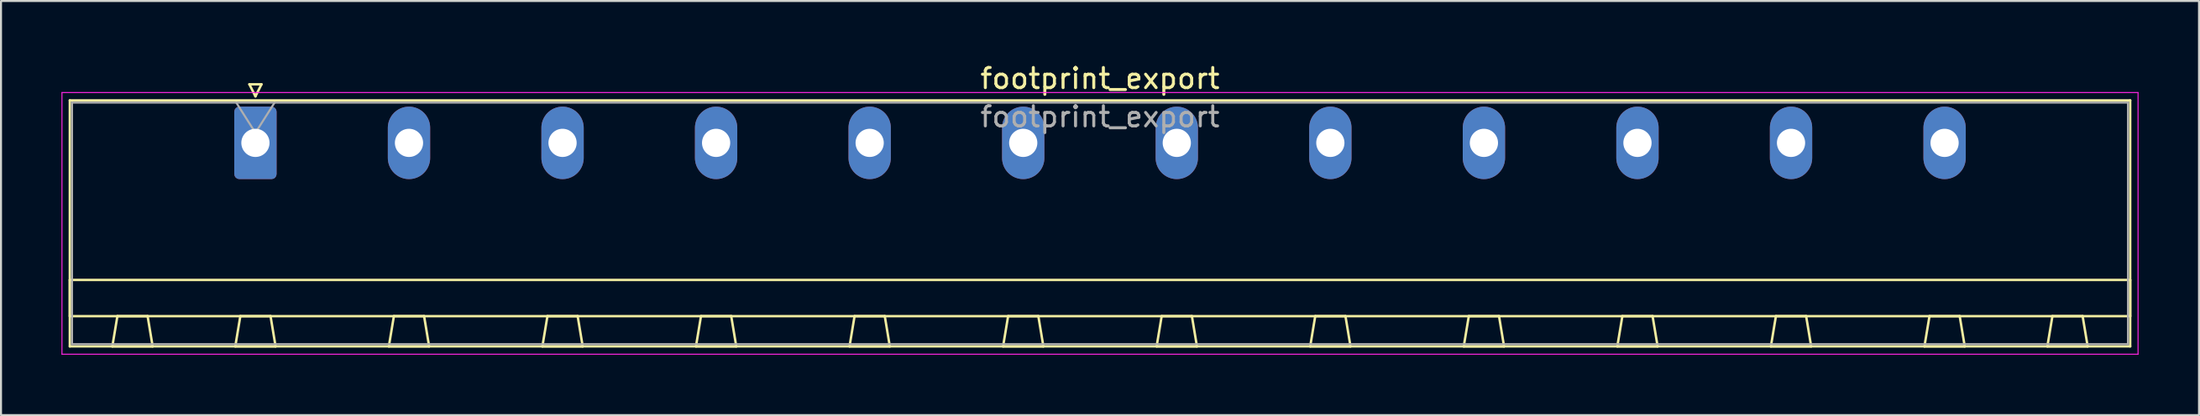
<source format=kicad_pcb>
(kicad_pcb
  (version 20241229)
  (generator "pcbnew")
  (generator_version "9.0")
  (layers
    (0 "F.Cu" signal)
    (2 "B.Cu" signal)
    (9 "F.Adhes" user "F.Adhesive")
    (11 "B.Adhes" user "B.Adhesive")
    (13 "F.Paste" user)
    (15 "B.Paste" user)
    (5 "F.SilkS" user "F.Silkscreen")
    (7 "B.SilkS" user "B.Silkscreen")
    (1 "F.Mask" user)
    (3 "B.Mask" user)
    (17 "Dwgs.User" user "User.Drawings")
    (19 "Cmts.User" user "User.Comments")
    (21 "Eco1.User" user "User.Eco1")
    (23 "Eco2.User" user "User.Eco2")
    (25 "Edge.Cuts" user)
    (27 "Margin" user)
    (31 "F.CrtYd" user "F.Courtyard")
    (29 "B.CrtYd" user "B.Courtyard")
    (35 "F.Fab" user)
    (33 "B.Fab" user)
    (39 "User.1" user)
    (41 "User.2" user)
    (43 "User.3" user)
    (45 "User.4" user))
  (footprint "footprint_export"
    (layer "F.Cu")
    (at 9.625 4.048)
    (property "Reference" "footprint_export" (at 41.91 -3.2 0) (layer "F.SilkS") (effects (font (size 1 1) (thickness 0.15))))
    (attr through_hole)
    (fp_line (start -9.21 -2.11) (end -9.21 10.11) (stroke (width 0.12) (type solid)) (layer "F.SilkS"))
    (fp_line (start -9.21 6.81) (end 93.03 6.81) (stroke (width 0.12) (type solid)) (layer "F.SilkS"))
    (fp_line (start -9.21 8.61) (end -9.21 6.81) (stroke (width 0.12) (type solid)) (layer "F.SilkS"))
    (fp_line (start -9.21 10.11) (end 93.03 10.11) (stroke (width 0.12) (type solid)) (layer "F.SilkS"))
    (fp_line (start -7.1 10.11) (end -5.1 10.11) (stroke (width 0.12) (type solid)) (layer "F.SilkS"))
    (fp_line (start -6.85 8.61) (end -7.1 10.11) (stroke (width 0.12) (type solid)) (layer "F.SilkS"))
    (fp_line (start -5.35 8.61) (end -6.85 8.61) (stroke (width 0.12) (type solid)) (layer "F.SilkS"))
    (fp_line (start -5.1 10.11) (end -5.35 8.61) (stroke (width 0.12) (type solid)) (layer "F.SilkS"))
    (fp_line (start -1 10.11) (end 1 10.11) (stroke (width 0.12) (type solid)) (layer "F.SilkS"))
    (fp_line (start -0.75 8.61) (end -1 10.11) (stroke (width 0.12) (type solid)) (layer "F.SilkS"))
    (fp_line (start -0.3 -2.91) (end 0.3 -2.91) (stroke (width 0.12) (type solid)) (layer "F.SilkS"))
    (fp_line (start 0 -2.31) (end -0.3 -2.91) (stroke (width 0.12) (type solid)) (layer "F.SilkS"))
    (fp_line (start 0.3 -2.91) (end 0 -2.31) (stroke (width 0.12) (type solid)) (layer "F.SilkS"))
    (fp_line (start 0.75 8.61) (end -0.75 8.61) (stroke (width 0.12) (type solid)) (layer "F.SilkS"))
    (fp_line (start 1 10.11) (end 0.75 8.61) (stroke (width 0.12) (type solid)) (layer "F.SilkS"))
    (fp_line (start 6.62 10.11) (end 8.62 10.11) (stroke (width 0.12) (type solid)) (layer "F.SilkS"))
    (fp_line (start 6.87 8.61) (end 6.62 10.11) (stroke (width 0.12) (type solid)) (layer "F.SilkS"))
    (fp_line (start 8.37 8.61) (end 6.87 8.61) (stroke (width 0.12) (type solid)) (layer "F.SilkS"))
    (fp_line (start 8.62 10.11) (end 8.37 8.61) (stroke (width 0.12) (type solid)) (layer "F.SilkS"))
    (fp_line (start 14.24 10.11) (end 16.24 10.11) (stroke (width 0.12) (type solid)) (layer "F.SilkS"))
    (fp_line (start 14.49 8.61) (end 14.24 10.11) (stroke (width 0.12) (type solid)) (layer "F.SilkS"))
    (fp_line (start 15.99 8.61) (end 14.49 8.61) (stroke (width 0.12) (type solid)) (layer "F.SilkS"))
    (fp_line (start 16.24 10.11) (end 15.99 8.61) (stroke (width 0.12) (type solid)) (layer "F.SilkS"))
    (fp_line (start 21.86 10.11) (end 23.86 10.11) (stroke (width 0.12) (type solid)) (layer "F.SilkS"))
    (fp_line (start 22.11 8.61) (end 21.86 10.11) (stroke (width 0.12) (type solid)) (layer "F.SilkS"))
    (fp_line (start 23.61 8.61) (end 22.11 8.61) (stroke (width 0.12) (type solid)) (layer "F.SilkS"))
    (fp_line (start 23.86 10.11) (end 23.61 8.61) (stroke (width 0.12) (type solid)) (layer "F.SilkS"))
    (fp_line (start 29.48 10.11) (end 31.48 10.11) (stroke (width 0.12) (type solid)) (layer "F.SilkS"))
    (fp_line (start 29.73 8.61) (end 29.48 10.11) (stroke (width 0.12) (type solid)) (layer "F.SilkS"))
    (fp_line (start 31.23 8.61) (end 29.73 8.61) (stroke (width 0.12) (type solid)) (layer "F.SilkS"))
    (fp_line (start 31.48 10.11) (end 31.23 8.61) (stroke (width 0.12) (type solid)) (layer "F.SilkS"))
    (fp_line (start 37.1 10.11) (end 39.1 10.11) (stroke (width 0.12) (type solid)) (layer "F.SilkS"))
    (fp_line (start 37.35 8.61) (end 37.1 10.11) (stroke (width 0.12) (type solid)) (layer "F.SilkS"))
    (fp_line (start 38.85 8.61) (end 37.35 8.61) (stroke (width 0.12) (type solid)) (layer "F.SilkS"))
    (fp_line (start 39.1 10.11) (end 38.85 8.61) (stroke (width 0.12) (type solid)) (layer "F.SilkS"))
    (fp_line (start 44.72 10.11) (end 46.72 10.11) (stroke (width 0.12) (type solid)) (layer "F.SilkS"))
    (fp_line (start 44.97 8.61) (end 44.72 10.11) (stroke (width 0.12) (type solid)) (layer "F.SilkS"))
    (fp_line (start 46.47 8.61) (end 44.97 8.61) (stroke (width 0.12) (type solid)) (layer "F.SilkS"))
    (fp_line (start 46.72 10.11) (end 46.47 8.61) (stroke (width 0.12) (type solid)) (layer "F.SilkS"))
    (fp_line (start 52.34 10.11) (end 54.34 10.11) (stroke (width 0.12) (type solid)) (layer "F.SilkS"))
    (fp_line (start 52.59 8.61) (end 52.34 10.11) (stroke (width 0.12) (type solid)) (layer "F.SilkS"))
    (fp_line (start 54.09 8.61) (end 52.59 8.61) (stroke (width 0.12) (type solid)) (layer "F.SilkS"))
    (fp_line (start 54.34 10.11) (end 54.09 8.61) (stroke (width 0.12) (type solid)) (layer "F.SilkS"))
    (fp_line (start 59.96 10.11) (end 61.96 10.11) (stroke (width 0.12) (type solid)) (layer "F.SilkS"))
    (fp_line (start 60.21 8.61) (end 59.96 10.11) (stroke (width 0.12) (type solid)) (layer "F.SilkS"))
    (fp_line (start 61.71 8.61) (end 60.21 8.61) (stroke (width 0.12) (type solid)) (layer "F.SilkS"))
    (fp_line (start 61.96 10.11) (end 61.71 8.61) (stroke (width 0.12) (type solid)) (layer "F.SilkS"))
    (fp_line (start 67.58 10.11) (end 69.58 10.11) (stroke (width 0.12) (type solid)) (layer "F.SilkS"))
    (fp_line (start 67.83 8.61) (end 67.58 10.11) (stroke (width 0.12) (type solid)) (layer "F.SilkS"))
    (fp_line (start 69.33 8.61) (end 67.83 8.61) (stroke (width 0.12) (type solid)) (layer "F.SilkS"))
    (fp_line (start 69.58 10.11) (end 69.33 8.61) (stroke (width 0.12) (type solid)) (layer "F.SilkS"))
    (fp_line (start 75.2 10.11) (end 77.2 10.11) (stroke (width 0.12) (type solid)) (layer "F.SilkS"))
    (fp_line (start 75.45 8.61) (end 75.2 10.11) (stroke (width 0.12) (type solid)) (layer "F.SilkS"))
    (fp_line (start 76.95 8.61) (end 75.45 8.61) (stroke (width 0.12) (type solid)) (layer "F.SilkS"))
    (fp_line (start 77.2 10.11) (end 76.95 8.61) (stroke (width 0.12) (type solid)) (layer "F.SilkS"))
    (fp_line (start 82.82 10.11) (end 84.82 10.11) (stroke (width 0.12) (type solid)) (layer "F.SilkS"))
    (fp_line (start 83.07 8.61) (end 82.82 10.11) (stroke (width 0.12) (type solid)) (layer "F.SilkS"))
    (fp_line (start 84.57 8.61) (end 83.07 8.61) (stroke (width 0.12) (type solid)) (layer "F.SilkS"))
    (fp_line (start 84.82 10.11) (end 84.57 8.61) (stroke (width 0.12) (type solid)) (layer "F.SilkS"))
    (fp_line (start 88.92 10.11) (end 90.92 10.11) (stroke (width 0.12) (type solid)) (layer "F.SilkS"))
    (fp_line (start 89.17 8.61) (end 88.92 10.11) (stroke (width 0.12) (type solid)) (layer "F.SilkS"))
    (fp_line (start 90.67 8.61) (end 89.17 8.61) (stroke (width 0.12) (type solid)) (layer "F.SilkS"))
    (fp_line (start 90.92 10.11) (end 90.67 8.61) (stroke (width 0.12) (type solid)) (layer "F.SilkS"))
    (fp_line (start 93.03 -2.11) (end -9.21 -2.11) (stroke (width 0.12) (type solid)) (layer "F.SilkS"))
    (fp_line (start 93.03 6.81) (end 93.03 8.61) (stroke (width 0.12) (type solid)) (layer "F.SilkS"))
    (fp_line (start 93.03 8.61) (end -9.21 8.61) (stroke (width 0.12) (type solid)) (layer "F.SilkS"))
    (fp_line (start 93.03 10.11) (end 93.03 -2.11) (stroke (width 0.12) (type solid)) (layer "F.SilkS"))
    (fp_line (start -9.6 -2.5) (end -9.6 10.5) (stroke (width 0.05) (type solid)) (layer "F.CrtYd"))
    (fp_line (start -9.6 10.5) (end 93.42 10.5) (stroke (width 0.05) (type solid)) (layer "F.CrtYd"))
    (fp_line (start 93.42 -2.5) (end -9.6 -2.5) (stroke (width 0.05) (type solid)) (layer "F.CrtYd"))
    (fp_line (start 93.42 10.5) (end 93.42 -2.5) (stroke (width 0.05) (type solid)) (layer "F.CrtYd"))
    (fp_line (start -9.1 -2) (end -9.1 10) (stroke (width 0.1) (type solid)) (layer "F.Fab"))
    (fp_line (start -9.1 10) (end 92.92 10) (stroke (width 0.1) (type solid)) (layer "F.Fab"))
    (fp_line (start 0 -0.5) (end -0.95 -2) (stroke (width 0.1) (type solid)) (layer "F.Fab"))
    (fp_line (start 0.95 -2) (end 0 -0.5) (stroke (width 0.1) (type solid)) (layer "F.Fab"))
    (fp_line (start 92.92 -2) (end -9.1 -2) (stroke (width 0.1) (type solid)) (layer "F.Fab"))
    (fp_line (start 92.92 10) (end 92.92 -2) (stroke (width 0.1) (type solid)) (layer "F.Fab"))
    (fp_text user "${REFERENCE}" (at 41.91 -1.3 0) (layer "F.Fab") (effects (font (size 1 1) (thickness 0.15))))
    (pad "1" thru_hole roundrect (at 0 0) (size 2.1 3.6) (drill 1.4) (layers "*.Cu" "*.Mask") (roundrect_rratio 0.119))
    (pad "2" thru_hole oval (at 7.62 0) (size 2.1 3.6) (drill 1.4) (layers "*.Cu" "*.Mask"))
    (pad "3" thru_hole oval (at 15.24 0) (size 2.1 3.6) (drill 1.4) (layers "*.Cu" "*.Mask"))
    (pad "4" thru_hole oval (at 22.86 0) (size 2.1 3.6) (drill 1.4) (layers "*.Cu" "*.Mask"))
    (pad "5" thru_hole oval (at 30.48 0) (size 2.1 3.6) (drill 1.4) (layers "*.Cu" "*.Mask"))
    (pad "6" thru_hole oval (at 38.1 0) (size 2.1 3.6) (drill 1.4) (layers "*.Cu" "*.Mask"))
    (pad "7" thru_hole oval (at 45.72 0) (size 2.1 3.6) (drill 1.4) (layers "*.Cu" "*.Mask"))
    (pad "8" thru_hole oval (at 53.34 0) (size 2.1 3.6) (drill 1.4) (layers "*.Cu" "*.Mask"))
    (pad "9" thru_hole oval (at 60.96 0) (size 2.1 3.6) (drill 1.4) (layers "*.Cu" "*.Mask"))
    (pad "10" thru_hole oval (at 68.58 0) (size 2.1 3.6) (drill 1.4) (layers "*.Cu" "*.Mask"))
    (pad "11" thru_hole oval (at 76.2 0) (size 2.1 3.6) (drill 1.4) (layers "*.Cu" "*.Mask"))
    (pad "12" thru_hole oval (at 83.82 0) (size 2.1 3.6) (drill 1.4) (layers "*.Cu" "*.Mask")))
  (gr_rect
    (start -3 -3)
    (end 106.07 17.573)
    (stroke (width 0.1) (type default))
    (fill no)
    (layer "Edge.Cuts")))
</source>
